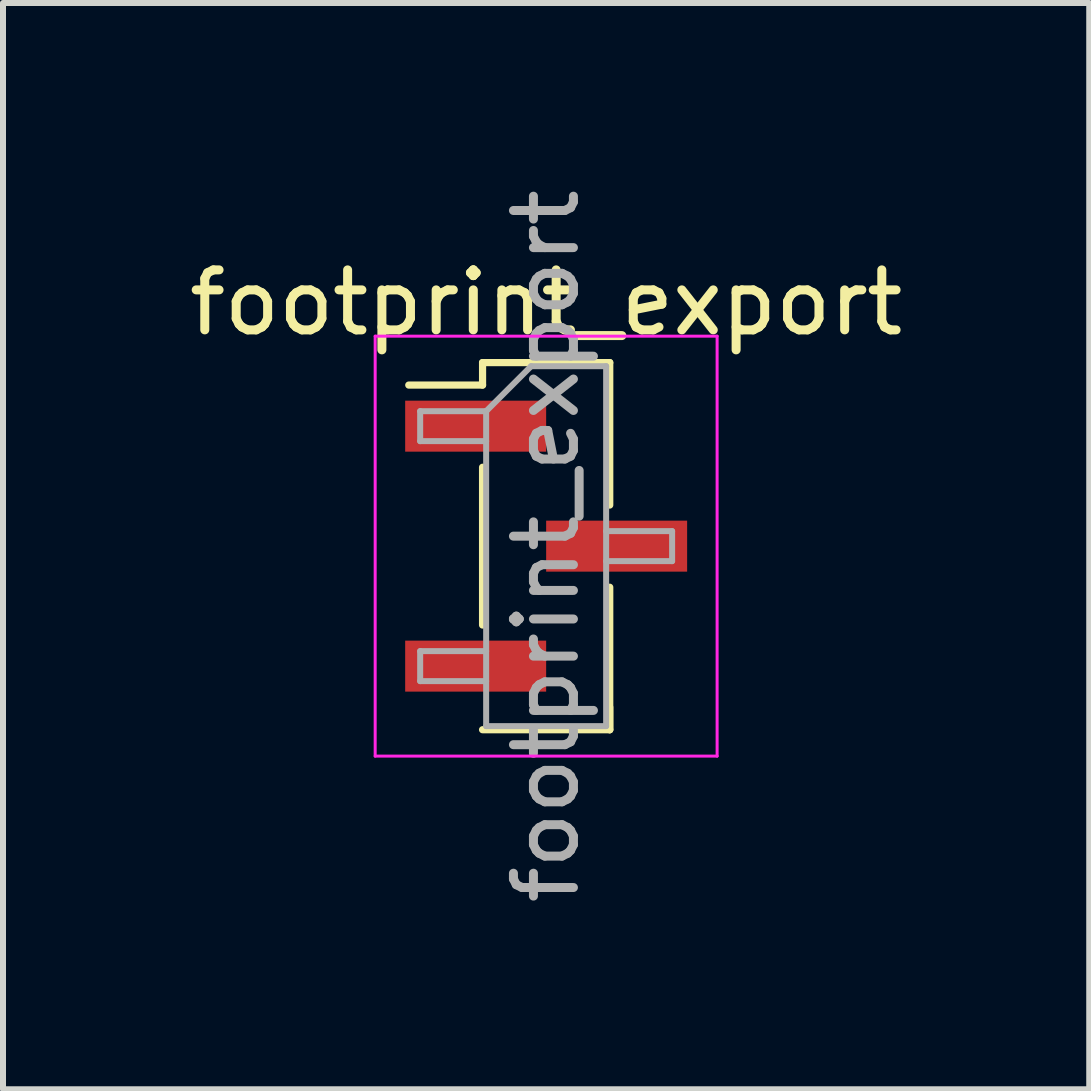
<source format=kicad_pcb>
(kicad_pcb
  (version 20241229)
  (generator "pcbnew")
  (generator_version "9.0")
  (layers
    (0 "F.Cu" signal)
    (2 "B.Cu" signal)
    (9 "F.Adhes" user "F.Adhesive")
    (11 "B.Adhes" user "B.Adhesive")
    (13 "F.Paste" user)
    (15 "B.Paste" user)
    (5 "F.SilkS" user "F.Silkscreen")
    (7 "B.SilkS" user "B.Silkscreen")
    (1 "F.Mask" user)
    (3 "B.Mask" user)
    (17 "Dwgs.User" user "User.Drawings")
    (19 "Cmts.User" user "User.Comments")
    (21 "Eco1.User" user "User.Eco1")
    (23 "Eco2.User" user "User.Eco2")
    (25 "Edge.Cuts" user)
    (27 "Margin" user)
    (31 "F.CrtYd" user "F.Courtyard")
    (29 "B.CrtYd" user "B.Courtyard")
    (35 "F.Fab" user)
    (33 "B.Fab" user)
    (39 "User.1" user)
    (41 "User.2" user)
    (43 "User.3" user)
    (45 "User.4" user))
  (footprint "footprint_export"
    (layer "F.Cu")
    (at 6.054 6.054)
    (property "Reference" "footprint_export" (at 0 -4.06 0) (layer "F.SilkS") (effects (font (size 1 1) (thickness 0.15))))
    (attr smd)
    (fp_line (start -1.06 -3.06) (end -1.06 -2.685) (stroke (width 0.12) (type solid)) (layer "F.SilkS"))
    (fp_line (start -1.06 -3.06) (end 1.06 -3.06) (stroke (width 0.12) (type solid)) (layer "F.SilkS"))
    (fp_line (start -1.06 -2.685) (end -2.29 -2.685) (stroke (width 0.12) (type solid)) (layer "F.SilkS"))
    (fp_line (start -1.06 -1.315) (end -1.06 1.315) (stroke (width 0.12) (type solid)) (layer "F.SilkS"))
    (fp_line (start -1.06 3.06) (end 1.06 3.06) (stroke (width 0.12) (type solid)) (layer "F.SilkS"))
    (fp_line (start 1.06 -3.06) (end 1.06 -0.685) (stroke (width 0.12) (type solid)) (layer "F.SilkS"))
    (fp_line (start 1.06 0.685) (end 1.06 3.06) (stroke (width 0.12) (type solid)) (layer "F.SilkS"))
    (fp_line (start 1.06 2.685) (end 1.06 3.06) (stroke (width 0.12) (type solid)) (layer "F.SilkS"))
    (fp_line (start -2.85 -3.5) (end -2.85 3.5) (stroke (width 0.05) (type solid)) (layer "F.CrtYd"))
    (fp_line (start -2.85 3.5) (end 2.85 3.5) (stroke (width 0.05) (type solid)) (layer "F.CrtYd"))
    (fp_line (start 2.85 -3.5) (end -2.85 -3.5) (stroke (width 0.05) (type solid)) (layer "F.CrtYd"))
    (fp_line (start 2.85 3.5) (end 2.85 -3.5) (stroke (width 0.05) (type solid)) (layer "F.CrtYd"))
    (fp_line (start -2.1 -2.25) (end -2.1 -1.75) (stroke (width 0.1) (type solid)) (layer "F.Fab"))
    (fp_line (start -2.1 -1.75) (end -1 -1.75) (stroke (width 0.1) (type solid)) (layer "F.Fab"))
    (fp_line (start -2.1 1.75) (end -2.1 2.25) (stroke (width 0.1) (type solid)) (layer "F.Fab"))
    (fp_line (start -2.1 2.25) (end -1 2.25) (stroke (width 0.1) (type solid)) (layer "F.Fab"))
    (fp_line (start -1 -2.25) (end -2.1 -2.25) (stroke (width 0.1) (type solid)) (layer "F.Fab"))
    (fp_line (start -1 -2.25) (end -0.25 -3) (stroke (width 0.1) (type solid)) (layer "F.Fab"))
    (fp_line (start -1 1.75) (end -2.1 1.75) (stroke (width 0.1) (type solid)) (layer "F.Fab"))
    (fp_line (start -1 3) (end -1 -2.25) (stroke (width 0.1) (type solid)) (layer "F.Fab"))
    (fp_line (start -0.25 -3) (end 1 -3) (stroke (width 0.1) (type solid)) (layer "F.Fab"))
    (fp_line (start 1 -3) (end 1 3) (stroke (width 0.1) (type solid)) (layer "F.Fab"))
    (fp_line (start 1 -0.25) (end 2.1 -0.25) (stroke (width 0.1) (type solid)) (layer "F.Fab"))
    (fp_line (start 1 3) (end -1 3) (stroke (width 0.1) (type solid)) (layer "F.Fab"))
    (fp_line (start 2.1 -0.25) (end 2.1 0.25) (stroke (width 0.1) (type solid)) (layer "F.Fab"))
    (fp_line (start 2.1 0.25) (end 1 0.25) (stroke (width 0.1) (type solid)) (layer "F.Fab"))
    (fp_text user "${REFERENCE}" (at 0 0 90) (layer "F.Fab") (effects (font (size 1 1) (thickness 0.15))))
    (pad "1" smd rect (at -1.175 -2) (size 2.35 0.85) (layers "F.Cu" "F.Mask" "F.Paste"))
    (pad "2" smd rect (at 1.175 0) (size 2.35 0.85) (layers "F.Cu" "F.Mask" "F.Paste"))
    (pad "3" smd rect (at -1.175 2) (size 2.35 0.85) (layers "F.Cu" "F.Mask" "F.Paste")))
  (gr_rect
    (start -3 -3)
    (end 15.107 15.107)
    (stroke (width 0.1) (type default))
    (fill no)
    (layer "Edge.Cuts")))
</source>
